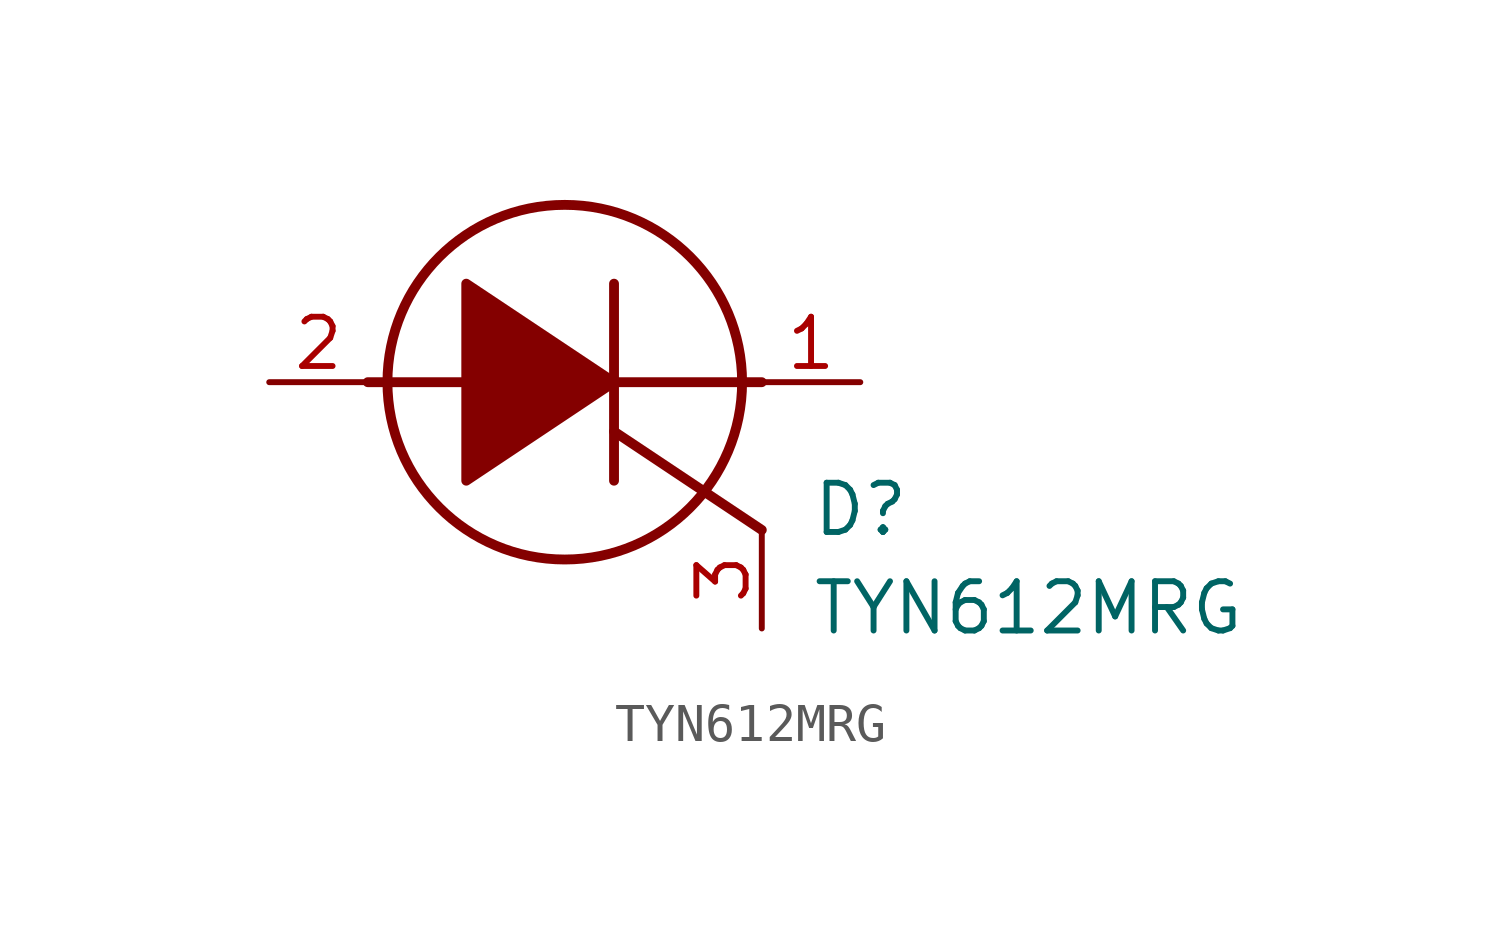
<source format=kicad_sym>
(kicad_symbol_lib
  (version 20211014)
  (generator SamacSys_ECAD_Model)
  (symbol "TYN612MRG"
    (pin_names hide)
    (property "Reference" "D"
      (at 13.97 -2.54 0)
      (effects (font (size 1.27 1.27)) (justify left top)))
    (property "Value" "TYN612MRG"
      (at 13.97 -5.08 0)
      (effects (font (size 1.27 1.27)) (justify left top)))
    (polyline
      (pts (xy 8.89 0) (xy 12.7 0))
      (stroke (width 0.254) (type default))
      (fill (type none)))
    (polyline
      (pts (xy 8.89 -1.27) (xy 12.7 -3.81))
      (stroke (width 0.254) (type default))
      (fill (type none)))
    (polyline
      (pts (xy 8.89 -2.54) (xy 8.89 2.54))
      (stroke (width 0.254) (type default))
      (fill (type none)))
    (polyline
      (pts (xy 2.54 0) (xy 5.08 0))
      (stroke (width 0.254) (type default))
      (fill (type none)))
    (circle
      (center 7.62 0)
      (radius 4.572)
      (stroke (width 0.254) (type default))
      (fill (type none)))
    (polyline
      (pts (xy 8.89 0) (xy 5.08 2.54) (xy 5.08 -2.54) (xy 8.89 0))
      (stroke (width 0.254) (type default))
      (fill (type outline)))
    (pin passive line
      (at 0 0 0)
      (length 2.54)
      (name "A" (effects (font (size 1.27 1.27))))
      (number "2" (effects (font (size 1.27 1.27)))))
    (pin passive line
      (at 15.24 0 180)
      (length 2.54)
      (name "K" (effects (font (size 1.27 1.27))))
      (number "1" (effects (font (size 1.27 1.27)))))
    (pin passive line
      (at 12.7 -6.35 90)
      (length 2.54)
      (name "G" (effects (font (size 1.27 1.27))))
      (number "3" (effects (font (size 1.27 1.27)))))))
</source>
